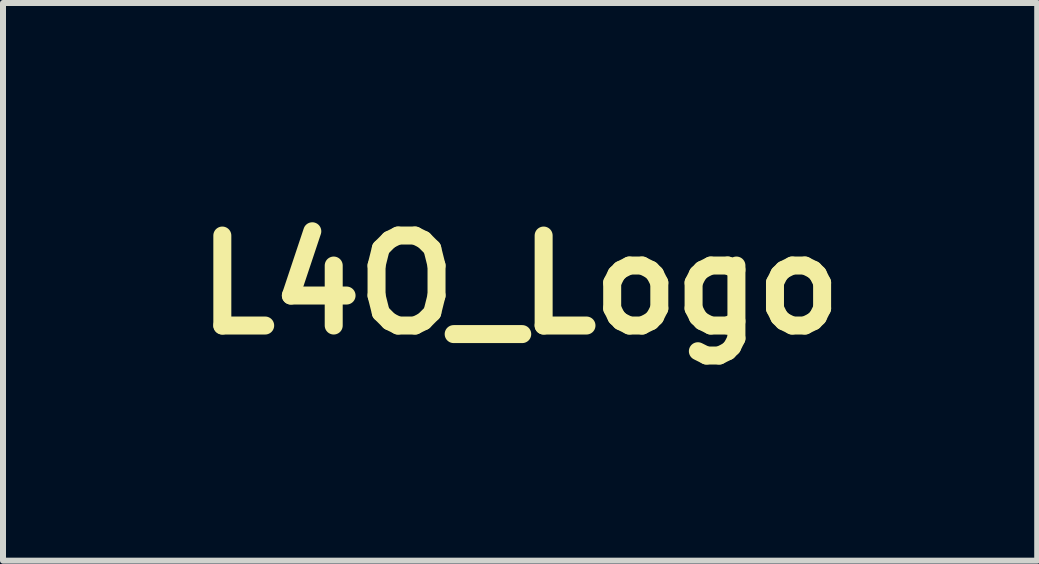
<source format=kicad_pcb>
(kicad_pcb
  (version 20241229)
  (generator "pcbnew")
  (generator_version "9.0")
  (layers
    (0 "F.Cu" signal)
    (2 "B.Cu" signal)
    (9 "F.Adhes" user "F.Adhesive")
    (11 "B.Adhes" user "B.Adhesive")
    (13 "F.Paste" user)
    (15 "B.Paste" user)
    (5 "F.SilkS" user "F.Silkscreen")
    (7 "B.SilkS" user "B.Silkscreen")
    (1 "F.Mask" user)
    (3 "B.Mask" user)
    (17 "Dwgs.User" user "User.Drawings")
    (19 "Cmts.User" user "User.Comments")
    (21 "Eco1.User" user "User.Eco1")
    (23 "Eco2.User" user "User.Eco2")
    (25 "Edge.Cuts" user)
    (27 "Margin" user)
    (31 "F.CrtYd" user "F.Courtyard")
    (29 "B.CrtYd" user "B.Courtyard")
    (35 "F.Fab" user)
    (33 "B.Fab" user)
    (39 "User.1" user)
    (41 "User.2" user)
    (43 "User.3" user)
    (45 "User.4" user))
  (footprint "L4O_Logo"
    (layer "F.Cu")
    (at 5.621 1.699)
    (property "Reference" "L4O_Logo" (at 0 0 0) (layer "F.SilkS") (effects (font (size 1.5 1.5) (thickness 0.3))))
    (attr board_only exclude_from_pos_files exclude_from_bom)
    (fp_poly (pts (xy -2.591 -0.407) (xy -2.638 0.785) (xy -2.273 0.755) (xy -1.907 0.724) (xy -1.945 0.914) (xy -1.973 1.08) (xy -1.983 1.192) (xy -2.008 1.228) (xy -2.093 1.254) (xy -2.256 1.27) (xy -2.513 1.278) (xy -2.837 1.28) (xy -3.691 1.28) (xy -3.735 -0.065) (xy -3.75 -0.472) (xy -3.767 -0.838) (xy -3.783 -1.144) (xy -3.799 -1.368) (xy -3.813 -1.491) (xy -3.816 -1.505) (xy -3.815 -1.548) (xy -3.758 -1.576) (xy -3.625 -1.592) (xy -3.397 -1.599) (xy -3.198 -1.599) (xy -2.544 -1.599)) (stroke (width 0) (type solid)) (fill yes) (layer "F.Mask"))
    (fp_poly (pts (xy 2.263 -1.609) (xy 2.576 -1.414) (xy 2.819 -1.124) (xy 2.887 -0.994) (xy 2.97 -0.707) (xy 3.007 -0.35) (xy 2.998 0.026) (xy 2.942 0.373) (xy 2.874 0.576) (xy 2.67 0.93) (xy 2.427 1.169) (xy 2.129 1.303) (xy 1.779 1.343) (xy 1.441 1.303) (xy 1.217 1.207) (xy 1.043 1.089) (xy 0.912 0.961) (xy 0.789 0.783) (xy 0.688 0.608) (xy 0.616 0.45) (xy 0.573 0.276) (xy 0.551 0.047) (xy 0.551 0.024) (xy 1.449 0.024) (xy 1.461 0.249) (xy 1.521 0.46) (xy 1.622 0.622) (xy 1.759 0.701) (xy 1.791 0.704) (xy 1.914 0.654) (xy 2.025 0.539) (xy 2.112 0.325) (xy 2.136 0.08) (xy 2.099 -0.15) (xy 2.002 -0.317) (xy 1.987 -0.33) (xy 1.866 -0.415) (xy 1.791 -0.448) (xy 1.71 -0.411) (xy 1.596 -0.33) (xy 1.492 -0.18) (xy 1.449 0.024) (xy 0.551 0.024) (xy 0.546 -0.224) (xy 0.549 -0.514) (xy 0.567 -0.717) (xy 0.606 -0.873) (xy 0.676 -1.022) (xy 0.717 -1.095) (xy 0.906 -1.358) (xy 1.125 -1.532) (xy 1.416 -1.646) (xy 1.519 -1.671) (xy 1.903 -1.699)) (stroke (width 0) (type solid)) (fill yes) (layer "F.Mask"))
    (fp_poly (pts (xy 0.002 -0.955) (xy 0.042 -0.822) (xy 0.06 -0.595) (xy 0.064 -0.257) (xy 0.064 -0.22) (xy 0.066 0.1) (xy 0.073 0.314) (xy 0.089 0.445) (xy 0.119 0.516) (xy 0.165 0.549) (xy 0.192 0.557) (xy 0.276 0.606) (xy 0.313 0.717) (xy 0.32 0.864) (xy 0.297 1.077) (xy 0.227 1.173) (xy 0.224 1.175) (xy 0.152 1.263) (xy 0.128 1.406) (xy 0.128 1.599) (xy -0.284 1.599) (xy -0.696 1.599) (xy -0.716 1.392) (xy -0.736 1.184) (xy -1.248 1.152) (xy -1.759 1.12) (xy -1.78 0.909) (xy -1.781 0.792) (xy -1.755 0.676) (xy -1.711 0.584) (xy -1.306 0.584) (xy -1.227 0.618) (xy -1.067 0.638) (xy -0.991 0.64) (xy -0.815 0.633) (xy -0.726 0.594) (xy -0.684 0.495) (xy -0.669 0.422) (xy -0.644 0.157) (xy -0.683 0.001) (xy -0.778 -0.042) (xy -0.92 0.031) (xy -1.103 0.224) (xy -1.108 0.23) (xy -1.226 0.398) (xy -1.297 0.529) (xy -1.306 0.584) (xy -1.711 0.584) (xy -1.691 0.541) (xy -1.577 0.371) (xy -1.402 0.147) (xy -1.155 -0.148) (xy -1.065 -0.255) (xy -0.794 -0.556) (xy -0.562 -0.78) (xy -0.381 -0.916) (xy -0.338 -0.938) (xy -0.179 -0.997) (xy -0.068 -1.008)) (stroke (width 0) (type solid)) (fill yes) (layer "F.Mask")))
  (gr_rect
    (start -3 -3)
    (end 14.243 6.298)
    (stroke (width 0.1) (type default))
    (fill no)
    (layer "Edge.Cuts")))
</source>
